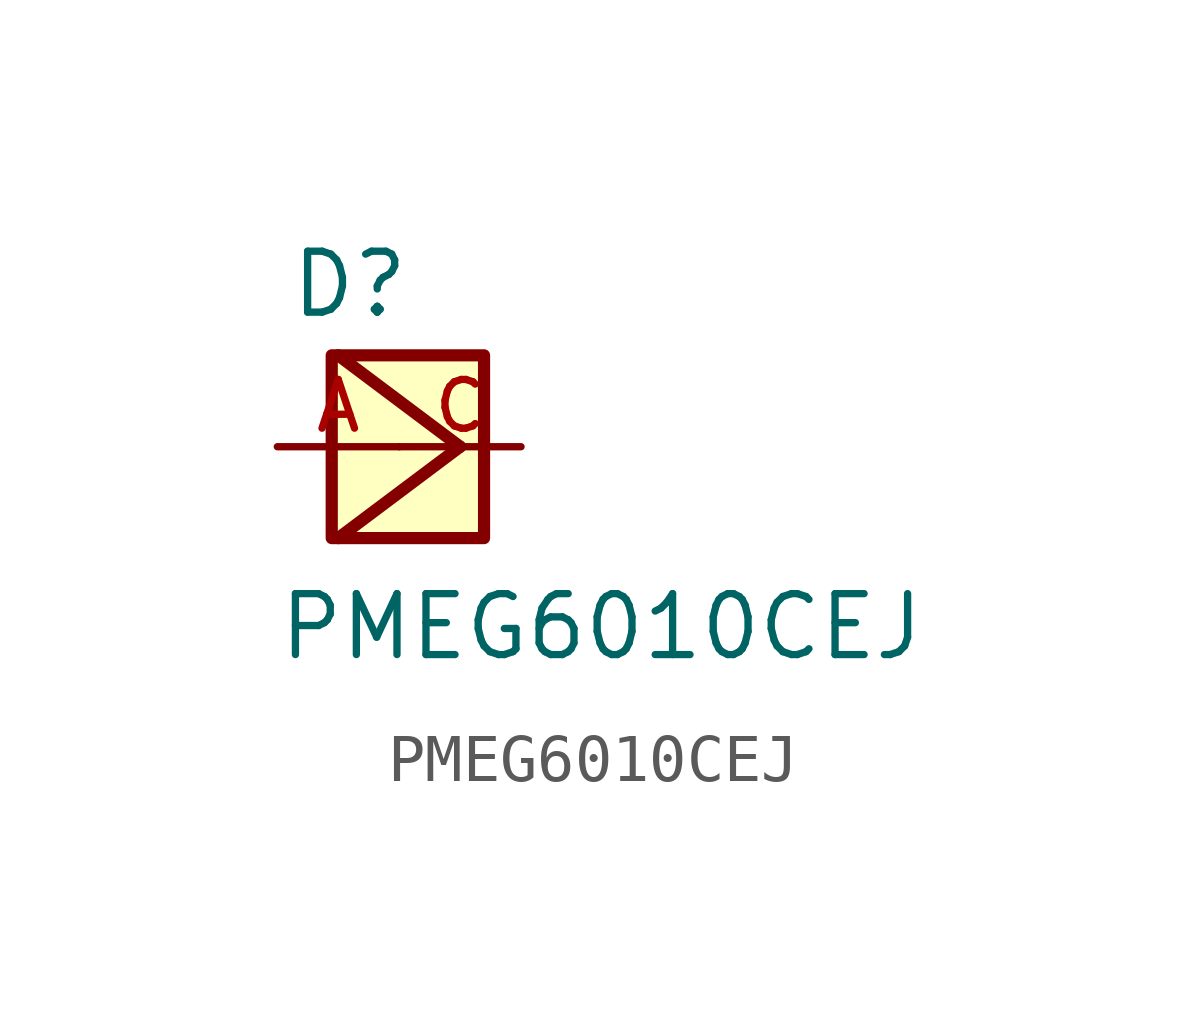
<source format=kicad_sym>
(kicad_symbol_lib
  (version 20211014)
  (generator kicad_symbol_editor)
  (symbol "PMEG6010CEJ"
    (pin_names
      (offset 1.016))
    (property "Reference" "D"
      (at -2.311 2.642 0)
      (effects (font (size 1.27 1.27)) (justify bottom left)))
    (property "Value" "PMEG6010CEJ"
      (at -2.565 -4.496 0)
      (effects (font (size 1.27 1.27)) (justify bottom left)))
    (symbol "PMEG6010CEJ_0_0"
      (polyline (pts (xy -1.27 -1.905) (xy 1.27 0.0)) (stroke (width 0.254)))
      (polyline (pts (xy 1.27 0.0) (xy -1.27 1.905)) (stroke (width 0.254)))
      (rectangle (start -1.406 -1.905) (end 1.769 1.905) (stroke (width 0.254)) (fill (type background)))
      (pin passive line (at -2.54 0.0 0) (length 2.54) (name "~" (effects (font (size 1.016 1.016)))) (number "A" (effects (font (size 1.016 1.016)))))
      (pin passive line (at 2.54 0.0 180.0) (length 2.54) (name "~" (effects (font (size 1.016 1.016)))) (number "C" (effects (font (size 1.016 1.016))))))))
</source>
